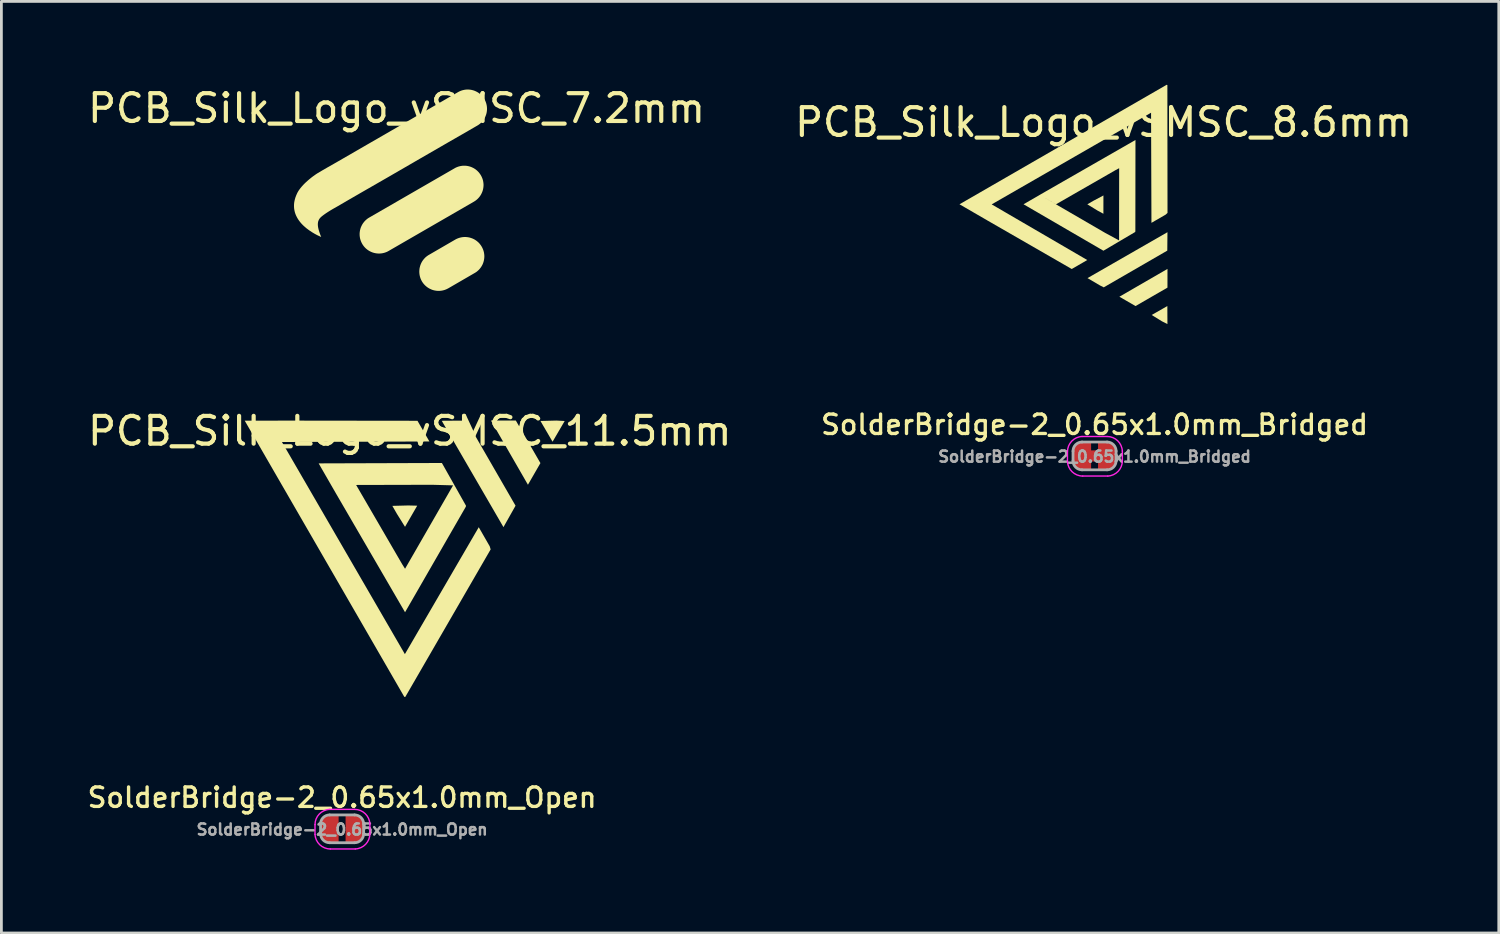
<source format=kicad_pcb>
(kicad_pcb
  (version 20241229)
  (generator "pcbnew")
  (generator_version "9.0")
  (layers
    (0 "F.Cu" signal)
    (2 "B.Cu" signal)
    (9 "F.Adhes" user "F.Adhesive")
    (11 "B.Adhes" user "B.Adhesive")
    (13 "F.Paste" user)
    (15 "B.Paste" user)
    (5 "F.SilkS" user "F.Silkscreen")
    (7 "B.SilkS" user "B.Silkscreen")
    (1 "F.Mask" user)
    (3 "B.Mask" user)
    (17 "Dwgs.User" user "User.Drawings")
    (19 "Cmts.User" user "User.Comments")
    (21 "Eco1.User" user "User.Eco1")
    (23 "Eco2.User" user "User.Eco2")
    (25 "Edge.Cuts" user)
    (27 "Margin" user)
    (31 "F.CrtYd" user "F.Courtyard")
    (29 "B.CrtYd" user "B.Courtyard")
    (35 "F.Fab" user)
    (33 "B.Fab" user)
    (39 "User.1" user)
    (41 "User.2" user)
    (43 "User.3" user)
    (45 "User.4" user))
  (footprint "PCB_Silk_Logo_vSMSC_11.5mm"
    (layer "F.Cu")
    (at 11.526 15.409)
    (property "Reference" "PCB_Silk_Logo_vSMSC_11.5mm" (at 0.17 -2.95 0) (unlocked yes) (layer "F.SilkS") (effects (font (size 1 1) (thickness 0.15))))
    (attr exclude_from_pos_files exclude_from_bom)
    (fp_poly (pts (xy 5.444 -3.326) (xy 5.743 -3.31) (xy 5.307 -2.564) (xy 4.871 -3.311)) (stroke (width 0) (type solid)) (fill yes) (layer "F.SilkS"))
    (fp_poly (pts (xy 0.113 -0.271) (xy 0.437 -0.263) (xy -0.002 0.498) (xy -0.296 0.027) (xy -0.458 -0.256)) (stroke (width 0) (type solid)) (fill yes) (layer "F.SilkS"))
    (fp_poly (pts (xy 1.999 -3.323) (xy 2.215 -3.313) (xy 3.975 -0.262) (xy 3.54 0.509) (xy 1.319 -3.318)) (stroke (width 0) (type solid)) (fill yes) (layer "F.SilkS"))
    (fp_poly (pts (xy 4.428 -2.561) (xy 4.87 -1.795) (xy 4.421 -1.016) (xy 3.09 -3.327) (xy 3.985 -3.327)) (stroke (width 0) (type solid)) (fill yes) (layer "F.SilkS"))
    (fp_poly (pts (xy -4.194 -3.324) (xy 0.446 -3.318) (xy 0.876 -2.573) (xy -4.431 -2.554) (xy -0.007 5.079) (xy 2.651 0.512) (xy 3.046 1.199) (xy 3.079 1.31) (xy 0.007 6.62) (xy -0.028 6.616) (xy -5.77 -3.321)) (stroke (width 0) (type solid)) (fill yes) (layer "F.SilkS"))
    (fp_poly (pts (xy 1.325 -1.799) (xy 2.191 -0.264) (xy 2.187 -0.228) (xy -0.001 3.572) (xy -2.482 -0.694) (xy -2.662 -1.006) (xy -1.76 -1.006) (xy -0.103 1.845) (xy -0.001 2.007) (xy 1.727 -0.994) (xy 0.974 -1.015) (xy -2.662 -1.006) (xy -3.11 -1.785)) (stroke (width 0) (type solid)) (fill yes) (layer "F.SilkS")))
  (footprint "PCB_Silk_Logo_vSMSC_8.6mm"
    (layer "F.Cu")
    (at 36.491 4.301)
    (property "Reference" "PCB_Silk_Logo_vSMSC_8.6mm" (at 0.17 -2.95 0) (unlocked yes) (layer "F.SilkS") (effects (font (size 1 1) (thickness 0.15))))
    (attr exclude_from_pos_files exclude_from_bom)
    (fp_poly (pts (xy 2.267 4.209) (xy 2.467 4.31) (xy 2.464 3.662) (xy 1.9 3.983)) (stroke (width 0) (type solid)) (fill yes) (layer "F.SilkS"))
    (fp_poly (pts (xy -0.05 0.225) (xy 0.163 0.341) (xy 0.164 -0.318) (xy -0.204 -0.122) (xy -0.415 0.001)) (stroke (width 0) (type solid)) (fill yes) (layer "F.SilkS"))
    (fp_poly (pts (xy 0.031 2.915) (xy 0.175 2.989) (xy 2.462 1.667) (xy 2.468 1.004) (xy -0.409 2.656)) (stroke (width 0) (type solid)) (fill yes) (layer "F.SilkS"))
    (fp_poly (pts (xy 1.894 3.33) (xy 2.468 2.999) (xy 2.469 2.325) (xy 0.738 3.326) (xy 1.319 3.662)) (stroke (width 0) (type solid)) (fill yes) (layer "F.SilkS"))
    (fp_poly (pts (xy -3.992 0.593) (xy -0.976 2.329) (xy -0.418 2.006) (xy -3.857 0.003) (xy 1.878 -3.295) (xy 1.892 0.668) (xy 2.406 0.37) (xy 2.47 0.31) (xy 2.465 -4.291) (xy 2.441 -4.301) (xy -5.015 -0.000425)) (stroke (width 0) (type solid)) (fill yes) (layer "F.SilkS"))
    (fp_poly (pts (xy 0.164 1.671) (xy 1.303 0.999) (xy 1.313 0.975) (xy 1.317 -2.314) (xy -1.894 -0.473) (xy -2.128 -0.338) (xy -1.542 0.000157) (xy 0.603 -1.231) (xy 0.73 -1.298) (xy 0.727 1.3) (xy 0.23 1.031) (xy -2.128 -0.338) (xy -2.711 -0.000456)) (stroke (width 0) (type solid)) (fill yes) (layer "F.SilkS")))
  (footprint "SolderBridge-2_0.65x1.0mm_Open"
    (layer "F.Cu")
    (at 9.26 26.774)
    (property "Reference" "SolderBridge-2_0.65x1.0mm_Open" (at 0 -1.125 0) (layer "F.SilkS") (effects (font (size 0.7 0.7) (thickness 0.12))))
    (attr exclude_from_pos_files exclude_from_bom)
    (fp_line (start -0.975 0.199) (end -0.975 -0.151) (stroke (width 0.05) (type solid)) (layer "F.CrtYd"))
    (fp_line (start -0.425 0.724) (end 0.475 0.724) (stroke (width 0.05) (type solid)) (layer "F.CrtYd"))
    (fp_line (start 0.45 -0.7) (end -0.45 -0.7) (stroke (width 0.05) (type solid)) (layer "F.CrtYd"))
    (fp_line (start 1 -0.175) (end 1 0.175) (stroke (width 0.05) (type solid)) (layer "F.CrtYd"))
    (fp_arc (start -0.975026 -0.150567) (mid -0.822666 -0.530544) (end -0.45 -0.7) (stroke (width 0.05) (type solid)) (layer "F.CrtYd"))
    (fp_arc (start -0.425026 0.724433) (mid -0.805003 0.572073) (end -0.974459 0.199407) (stroke (width 0.05) (type solid)) (layer "F.CrtYd"))
    (fp_arc (start 0.45 -0.7) (mid 0.829977 -0.54764) (end 0.999433 -0.174974) (stroke (width 0.05) (type solid)) (layer "F.CrtYd"))
    (fp_arc (start 1 0.175) (mid 0.84764 0.554977) (end 0.474974 0.724433) (stroke (width 0.05) (type solid)) (layer "F.CrtYd"))
    (fp_line (start -0.775 0.175) (end -0.775 -0.175) (stroke (width 0.1) (type solid)) (layer "F.Fab"))
    (fp_line (start -0.45 0.5) (end 0.45 0.5) (stroke (width 0.1) (type solid)) (layer "F.Fab"))
    (fp_line (start 0.45 -0.5) (end -0.45 -0.5) (stroke (width 0.1) (type solid)) (layer "F.Fab"))
    (fp_line (start 0.775 -0.175) (end 0.775 0.175) (stroke (width 0.1) (type solid)) (layer "F.Fab"))
    (fp_arc (start -0.775 -0.175) (mid -0.67981 -0.40481) (end -0.45 -0.5) (stroke (width 0.1) (type solid)) (layer "F.Fab"))
    (fp_arc (start -0.45 0.5) (mid -0.67981 0.40481) (end -0.775 0.175) (stroke (width 0.1) (type solid)) (layer "F.Fab"))
    (fp_arc (start 0.45 -0.5) (mid 0.67981 -0.40481) (end 0.775 -0.175) (stroke (width 0.1) (type solid)) (layer "F.Fab"))
    (fp_arc (start 0.775 0.175) (mid 0.67981 0.40481) (end 0.45 0.5) (stroke (width 0.1) (type solid)) (layer "F.Fab"))
    (fp_text user "${REFERENCE}" (at 0 0.025 0) (layer "F.Fab") (effects (font (size 0.4 0.4) (thickness 0.09))))
    (pad "1" smd roundrect (at -0.45 0 180) (size 0.65 1) (layers "F.Cu" "F.Mask") (roundrect_rratio 0.5) (chamfer_ratio 0) (chamfer top_left bottom_left))
    (pad "2" smd roundrect (at 0.45 0) (size 0.65 1) (layers "F.Cu" "F.Mask") (roundrect_rratio 0.5) (chamfer_ratio 0) (chamfer top_left bottom_left)))
  (footprint "PCB_Silk_Logo_vSMSC_7.2mm"
    (layer "F.Cu")
    (at 11.05 3.798)
    (property "Reference" "PCB_Silk_Logo_vSMSC_7.2mm" (at 0.17 -2.95 0) (unlocked yes) (layer "F.SilkS") (effects (font (size 1 1) (thickness 0.15))))
    (attr exclude_from_pos_files exclude_from_bom)
    (fp_poly (pts (xy 3.297 -0.143) (xy 3.294 -0.109) (xy 3.289 -0.076) (xy 3.283 -0.044) (xy 3.275 -0.011) (xy 3.266 0.021) (xy 3.255 0.052) (xy 3.242 0.083) (xy 3.228 0.114) (xy 3.213 0.143) (xy 3.196 0.172) (xy 3.178 0.2) (xy 3.158 0.228) (xy 3.137 0.254) (xy 3.114 0.28) (xy 3.091 0.304) (xy 3.065 0.328) (xy 3.039 0.35) (xy 3.011 0.371) (xy 2.981 0.391) (xy 2.951 0.41) (xy -0.116 2.182) (xy -0.147 2.199) (xy -0.179 2.215) (xy -0.212 2.228) (xy -0.245 2.24) (xy -0.278 2.25) (xy -0.311 2.258) (xy -0.344 2.265) (xy -0.378 2.27) (xy -0.412 2.273) (xy -0.445 2.275) (xy -0.479 2.275) (xy -0.513 2.273) (xy -0.546 2.27) (xy -0.579 2.265) (xy -0.612 2.259) (xy -0.644 2.251) (xy -0.676 2.242) (xy -0.708 2.231) (xy -0.739 2.218) (xy -0.769 2.204) (xy -0.799 2.189) (xy -0.828 2.172) (xy -0.856 2.154) (xy -0.884 2.134) (xy -0.91 2.113) (xy -0.936 2.091) (xy -0.96 2.067) (xy -0.984 2.042) (xy -1.006 2.016) (xy -1.027 1.988) (xy -1.047 1.959) (xy -1.066 1.928) (xy -1.083 1.897) (xy -1.098 1.865) (xy -1.112 1.833) (xy -1.124 1.8) (xy -1.134 1.767) (xy -1.143 1.734) (xy -1.149 1.7) (xy -1.154 1.667) (xy -1.158 1.633) (xy -1.159 1.599) (xy -1.16 1.566) (xy -1.158 1.532) (xy -1.155 1.499) (xy -1.15 1.466) (xy -1.144 1.433) (xy -1.136 1.401) (xy -1.127 1.369) (xy -1.116 1.337) (xy -1.103 1.306) (xy -1.089 1.276) (xy -1.074 1.246) (xy -1.057 1.217) (xy -1.039 1.189) (xy -1.019 1.162) (xy -0.998 1.135) (xy -0.975 1.109) (xy -0.952 1.085) (xy -0.926 1.061) (xy -0.9 1.039) (xy -0.872 1.017) (xy -0.842 0.997) (xy -0.812 0.979) (xy 2.255 -0.791) (xy 2.286 -0.809) (xy 2.318 -0.824) (xy 2.351 -0.838) (xy 2.384 -0.85) (xy 2.417 -0.86) (xy 2.45 -0.868) (xy 2.483 -0.875) (xy 2.517 -0.88) (xy 2.551 -0.884) (xy 2.584 -0.885) (xy 2.618 -0.885) (xy 2.652 -0.884) (xy 2.685 -0.881) (xy 2.718 -0.876) (xy 2.751 -0.87) (xy 2.783 -0.862) (xy 2.815 -0.853) (xy 2.847 -0.842) (xy 2.878 -0.829) (xy 2.908 -0.815) (xy 2.938 -0.8) (xy 2.967 -0.783) (xy 2.995 -0.765) (xy 3.023 -0.745) (xy 3.049 -0.724) (xy 3.075 -0.701) (xy 3.099 -0.677) (xy 3.123 -0.652) (xy 3.145 -0.625) (xy 3.166 -0.597) (xy 3.186 -0.568) (xy 3.205 -0.537) (xy 3.222 -0.506) (xy 3.237 -0.474) (xy 3.251 -0.442) (xy 3.263 -0.41) (xy 3.273 -0.377) (xy 3.282 -0.344) (xy 3.288 -0.31) (xy 3.293 -0.277) (xy 3.297 -0.243) (xy 3.299 -0.21) (xy 3.299 -0.176)) (stroke (width 0) (type solid)) (fill yes) (layer "F.SilkS"))
    (fp_poly (pts (xy 3.326 2.424) (xy 3.323 2.457) (xy 3.318 2.49) (xy 3.312 2.523) (xy 3.304 2.555) (xy 3.295 2.587) (xy 3.284 2.619) (xy 3.272 2.65) (xy 3.258 2.68) (xy 3.242 2.71) (xy 3.225 2.739) (xy 3.207 2.767) (xy 3.187 2.794) (xy 3.166 2.821) (xy 3.144 2.846) (xy 3.12 2.871) (xy 3.094 2.894) (xy 3.068 2.917) (xy 3.04 2.938) (xy 3.01 2.958) (xy 2.98 2.976) (xy 2.03 3.527) (xy 1.998 3.543) (xy 1.966 3.559) (xy 1.934 3.572) (xy 1.901 3.584) (xy 1.868 3.594) (xy 1.835 3.602) (xy 1.802 3.609) (xy 1.768 3.614) (xy 1.734 3.617) (xy 1.701 3.619) (xy 1.667 3.619) (xy 1.634 3.617) (xy 1.601 3.614) (xy 1.568 3.609) (xy 1.535 3.603) (xy 1.502 3.595) (xy 1.47 3.586) (xy 1.439 3.575) (xy 1.408 3.562) (xy 1.378 3.548) (xy 1.348 3.533) (xy 1.319 3.516) (xy 1.291 3.498) (xy 1.263 3.479) (xy 1.237 3.457) (xy 1.211 3.435) (xy 1.186 3.411) (xy 1.163 3.386) (xy 1.14 3.36) (xy 1.119 3.332) (xy 1.099 3.303) (xy 1.08 3.273) (xy 1.063 3.241) (xy 1.048 3.209) (xy 1.034 3.177) (xy 1.023 3.144) (xy 1.013 3.111) (xy 1.004 3.077) (xy 0.998 3.044) (xy 0.993 3.01) (xy 0.99 2.977) (xy 0.988 2.943) (xy 0.988 2.909) (xy 0.99 2.876) (xy 0.993 2.842) (xy 0.997 2.809) (xy 1.004 2.776) (xy 1.012 2.744) (xy 1.021 2.712) (xy 1.032 2.68) (xy 1.044 2.649) (xy 1.058 2.619) (xy 1.073 2.589) (xy 1.09 2.56) (xy 1.108 2.532) (xy 1.128 2.505) (xy 1.149 2.478) (xy 1.172 2.452) (xy 1.195 2.428) (xy 1.22 2.404) (xy 1.247 2.382) (xy 1.275 2.361) (xy 1.304 2.341) (xy 1.334 2.323) (xy 2.284 1.772) (xy 2.315 1.755) (xy 2.347 1.74) (xy 2.38 1.727) (xy 2.413 1.715) (xy 2.446 1.705) (xy 2.479 1.697) (xy 2.513 1.69) (xy 2.546 1.685) (xy 2.58 1.682) (xy 2.614 1.68) (xy 2.647 1.68) (xy 2.681 1.682) (xy 2.714 1.685) (xy 2.747 1.69) (xy 2.78 1.696) (xy 2.812 1.704) (xy 2.844 1.714) (xy 2.876 1.725) (xy 2.907 1.737) (xy 2.937 1.751) (xy 2.967 1.766) (xy 2.996 1.783) (xy 3.024 1.802) (xy 3.052 1.821) (xy 3.078 1.843) (xy 3.104 1.865) (xy 3.129 1.889) (xy 3.152 1.914) (xy 3.174 1.941) (xy 3.195 1.969) (xy 3.215 1.998) (xy 3.234 2.029) (xy 3.251 2.06) (xy 3.266 2.092) (xy 3.28 2.124) (xy 3.292 2.157) (xy 3.302 2.19) (xy 3.311 2.223) (xy 3.317 2.256) (xy 3.322 2.29) (xy 3.326 2.323) (xy 3.328 2.357) (xy 3.328 2.39)) (stroke (width 0) (type solid)) (fill yes) (layer "F.SilkS"))
    (fp_poly (pts (xy 3.424 -2.916) (xy 3.422 -2.882) (xy 3.419 -2.849) (xy 3.414 -2.816) (xy 3.408 -2.783) (xy 3.4 -2.751) (xy 3.39 -2.719) (xy 3.379 -2.688) (xy 3.367 -2.657) (xy 3.353 -2.626) (xy 3.338 -2.596) (xy 3.321 -2.567) (xy 3.302 -2.539) (xy 3.283 -2.512) (xy 3.261 -2.485) (xy 3.239 -2.46) (xy 3.215 -2.435) (xy 3.19 -2.411) (xy 3.163 -2.389) (xy 3.135 -2.368) (xy 3.106 -2.347) (xy 3.075 -2.329) (xy 2.932 -2.246) (xy 2.787 -2.162) (xy 2.038 -1.731) (xy 1.011 -1.138) (xy -0.113 -0.487) (xy -1.156 0.113) (xy -1.547 0.339) (xy -1.936 0.566) (xy -2.079 0.647) (xy -2.152 0.689) (xy -2.224 0.732) (xy -2.297 0.778) (xy -2.369 0.825) (xy -2.44 0.875) (xy -2.475 0.901) (xy -2.51 0.928) (xy -2.51 0.928) (xy -2.542 0.955) (xy -2.571 0.983) (xy -2.596 1.012) (xy -2.617 1.043) (xy -2.634 1.077) (xy -2.648 1.113) (xy -2.657 1.151) (xy -2.662 1.193) (xy -2.663 1.238) (xy -2.66 1.287) (xy -2.652 1.34) (xy -2.639 1.398) (xy -2.622 1.46) (xy -2.6 1.528) (xy -2.574 1.601) (xy -2.542 1.68) (xy -2.687 1.613) (xy -2.776 1.565) (xy -2.872 1.508) (xy -2.971 1.442) (xy -3.072 1.367) (xy -3.169 1.283) (xy -3.216 1.237) (xy -3.261 1.189) (xy -3.304 1.138) (xy -3.344 1.085) (xy -3.381 1.03) (xy -3.414 0.973) (xy -3.444 0.913) (xy -3.47 0.851) (xy -3.491 0.786) (xy -3.506 0.719) (xy -3.517 0.65) (xy -3.521 0.579) (xy -3.52 0.505) (xy -3.512 0.429) (xy -3.496 0.35) (xy -3.474 0.269) (xy -3.443 0.186) (xy -3.405 0.1) (xy -3.389 0.07) (xy -3.372 0.041) (xy -3.354 0.011) (xy -3.334 -0.018) (xy -3.29 -0.077) (xy -3.243 -0.134) (xy -3.193 -0.19) (xy -3.14 -0.244) (xy -3.086 -0.296) (xy -3.031 -0.345) (xy -2.977 -0.392) (xy -2.924 -0.435) (xy -2.874 -0.475) (xy -2.827 -0.51) (xy -2.745 -0.568) (xy -2.688 -0.606) (xy -2.499 -0.718) (xy -2.309 -0.828) (xy -1.928 -1.045) (xy -0.888 -1.646) (xy 0.249 -2.302) (xy 1.3 -2.908) (xy 1.686 -3.131) (xy 2.072 -3.355) (xy 2.226 -3.443) (xy 2.382 -3.533) (xy 2.413 -3.55) (xy 2.445 -3.565) (xy 2.477 -3.579) (xy 2.51 -3.591) (xy 2.543 -3.601) (xy 2.576 -3.609) (xy 2.609 -3.616) (xy 2.643 -3.621) (xy 2.676 -3.625) (xy 2.71 -3.626) (xy 2.743 -3.626) (xy 2.777 -3.625) (xy 2.81 -3.622) (xy 2.843 -3.617) (xy 2.876 -3.611) (xy 2.908 -3.603) (xy 2.94 -3.594) (xy 2.972 -3.583) (xy 3.003 -3.57) (xy 3.033 -3.556) (xy 3.063 -3.541) (xy 3.092 -3.524) (xy 3.121 -3.506) (xy 3.148 -3.486) (xy 3.175 -3.465) (xy 3.201 -3.442) (xy 3.225 -3.418) (xy 3.249 -3.393) (xy 3.272 -3.366) (xy 3.293 -3.338) (xy 3.313 -3.309) (xy 3.332 -3.279) (xy 3.349 -3.247) (xy 3.364 -3.215) (xy 3.377 -3.183) (xy 3.389 -3.15) (xy 3.399 -3.117) (xy 3.407 -3.084) (xy 3.414 -3.05) (xy 3.419 -3.017) (xy 3.422 -2.983) (xy 3.424 -2.949)) (stroke (width 0) (type solid)) (fill yes) (layer "F.SilkS")))
  (footprint "SolderBridge-2_0.65x1.0mm_Bridged"
    (layer "F.Cu")
    (at 36.336 13.356)
    (property "Reference" "SolderBridge-2_0.65x1.0mm_Bridged" (at 0 -1.125 0) (layer "F.SilkS") (effects (font (size 0.7 0.7) (thickness 0.12))))
    (attr exclude_from_pos_files exclude_from_bom)
    (fp_poly (pts (xy 0.25 -0.2) (xy -0.25 -0.2) (xy -0.25 0.2) (xy 0.25 0.2)) (stroke (width 0) (type solid)) (fill yes) (layer "F.Cu"))
    (fp_line (start -0.975 0.199) (end -0.975 -0.151) (stroke (width 0.05) (type solid)) (layer "F.CrtYd"))
    (fp_line (start -0.425 0.724) (end 0.475 0.724) (stroke (width 0.05) (type solid)) (layer "F.CrtYd"))
    (fp_line (start 0.45 -0.7) (end -0.45 -0.7) (stroke (width 0.05) (type solid)) (layer "F.CrtYd"))
    (fp_line (start 1 -0.175) (end 1 0.175) (stroke (width 0.05) (type solid)) (layer "F.CrtYd"))
    (fp_arc (start -0.975026 -0.150567) (mid -0.822666 -0.530544) (end -0.45 -0.7) (stroke (width 0.05) (type solid)) (layer "F.CrtYd"))
    (fp_arc (start -0.425026 0.724433) (mid -0.805003 0.572073) (end -0.974459 0.199407) (stroke (width 0.05) (type solid)) (layer "F.CrtYd"))
    (fp_arc (start 0.45 -0.7) (mid 0.829977 -0.54764) (end 0.999433 -0.174974) (stroke (width 0.05) (type solid)) (layer "F.CrtYd"))
    (fp_arc (start 1 0.175) (mid 0.84764 0.554977) (end 0.474974 0.724433) (stroke (width 0.05) (type solid)) (layer "F.CrtYd"))
    (fp_line (start -0.775 0.175) (end -0.775 -0.175) (stroke (width 0.1) (type solid)) (layer "F.Fab"))
    (fp_line (start -0.45 0.5) (end 0.45 0.5) (stroke (width 0.1) (type solid)) (layer "F.Fab"))
    (fp_line (start 0.45 -0.5) (end -0.45 -0.5) (stroke (width 0.1) (type solid)) (layer "F.Fab"))
    (fp_line (start 0.775 -0.175) (end 0.775 0.175) (stroke (width 0.1) (type solid)) (layer "F.Fab"))
    (fp_arc (start -0.775 -0.175) (mid -0.67981 -0.40481) (end -0.45 -0.5) (stroke (width 0.1) (type solid)) (layer "F.Fab"))
    (fp_arc (start -0.45 0.5) (mid -0.67981 0.40481) (end -0.775 0.175) (stroke (width 0.1) (type solid)) (layer "F.Fab"))
    (fp_arc (start 0.45 -0.5) (mid 0.67981 -0.40481) (end 0.775 -0.175) (stroke (width 0.1) (type solid)) (layer "F.Fab"))
    (fp_arc (start 0.775 0.175) (mid 0.67981 0.40481) (end 0.45 0.5) (stroke (width 0.1) (type solid)) (layer "F.Fab"))
    (fp_text user "${REFERENCE}" (at 0 0.025 0) (layer "F.Fab") (effects (font (size 0.4 0.4) (thickness 0.09))))
    (pad "1" smd roundrect (at -0.45 0 180) (size 0.65 1) (layers "F.Cu" "F.Mask") (roundrect_rratio 0.5) (chamfer_ratio 0) (chamfer top_left bottom_left))
    (pad "2" smd roundrect (at 0.45 0) (size 0.65 1) (layers "F.Cu" "F.Mask") (roundrect_rratio 0.5) (chamfer_ratio 0) (chamfer top_left bottom_left)))
  (gr_rect
    (start -3 -3)
    (end 50.881 30.523)
    (stroke (width 0.1) (type default))
    (fill no)
    (layer "Edge.Cuts")))
</source>
